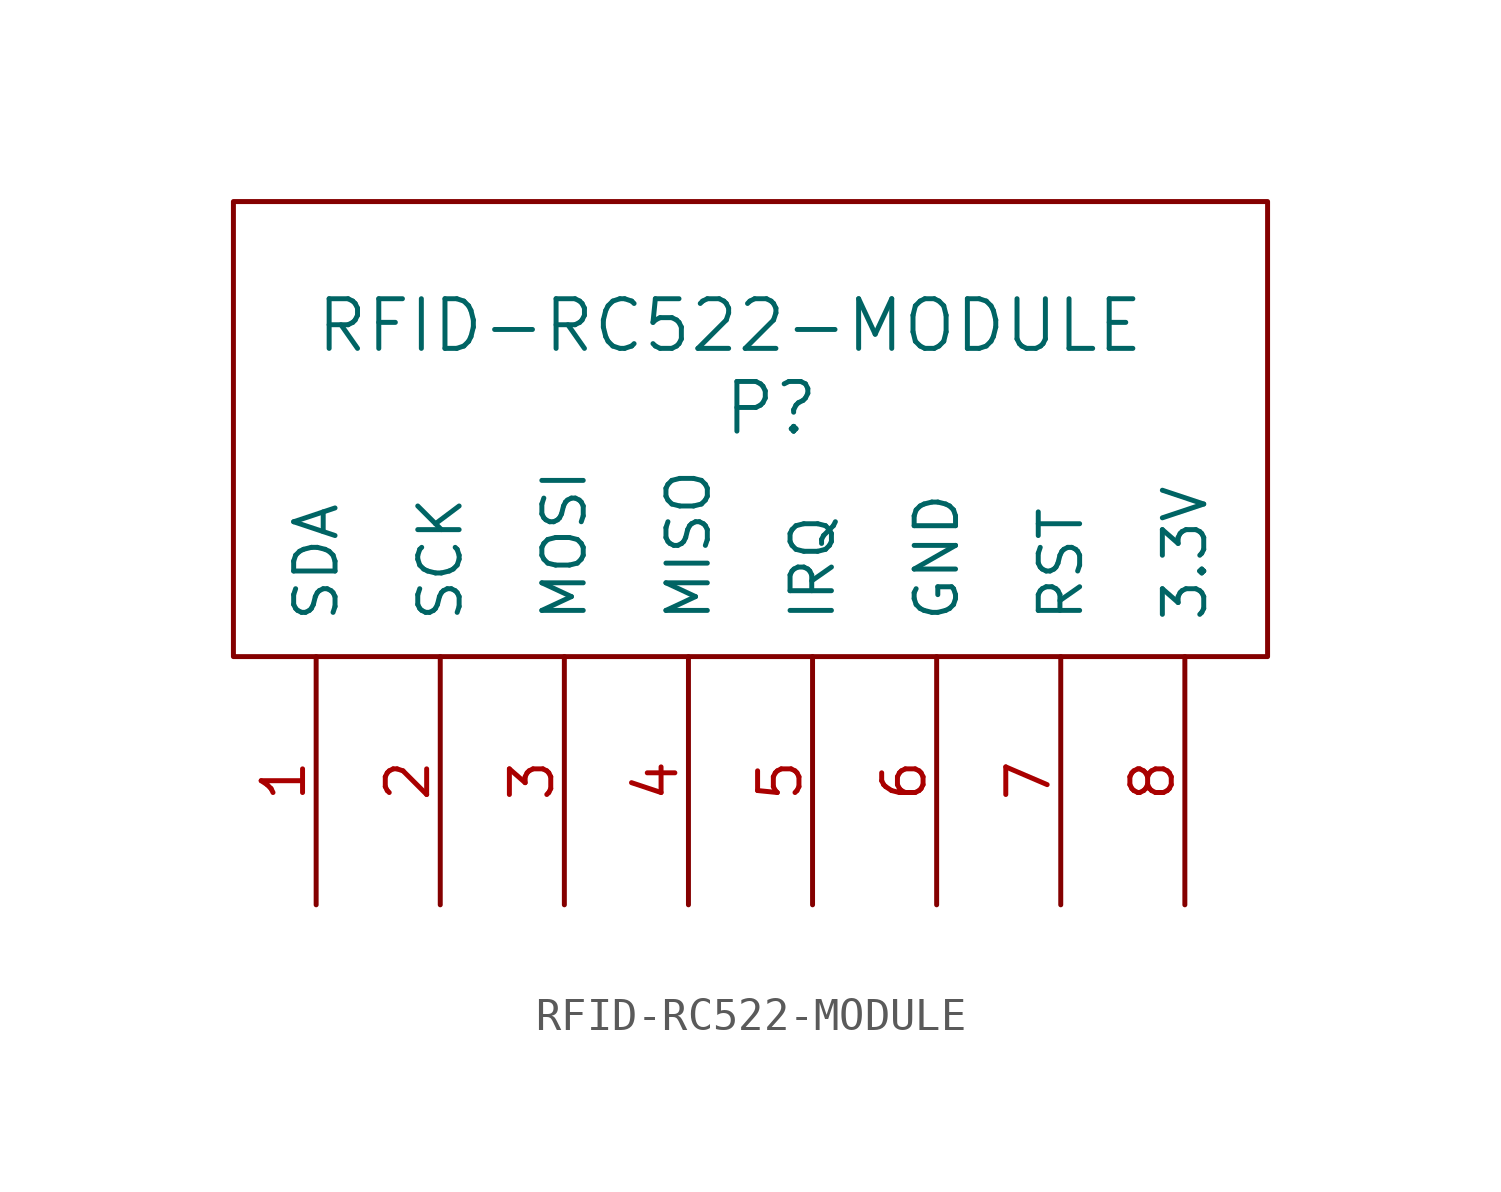
<source format=kicad_sym>
(kicad_symbol_lib
  (version 20241209)
  (generator "kicad_symbol_editor")
  (generator_version "9.0")
  (symbol "RFID-RC522-MODULE"
    (pin_names
      (offset 1.016))
    (property "Reference" "P"
      (at 0 1.27 0)
      (effects (font (size 1.524 1.524))))
    (property "Value" "RFID-RC522-MODULE"
      (at -1.27 3.81 0)
      (effects (font (size 1.524 1.524))))
    (property "Footprint" ""
      (at 0 0 0)
      (effects (font (size 1.524 1.524))))
    (property "Datasheet" ""
      (at 0 0 0)
      (effects (font (size 1.524 1.524))))
    (symbol "RFID-RC522-MODULE_0_1"
      (rectangle (start -16.51 7.62) (end 15.24 -6.35) (stroke (width 0) (type solid)) (fill (type none))))
    (symbol "RFID-RC522-MODULE_1_1"
      (pin input line (at -13.97 -13.97 90) (length 7.62) (name "SDA" (effects (font (size 1.27 1.27)))) (number "1" (effects (font (size 1.27 1.27)))))
      (pin input line (at -10.16 -13.97 90) (length 7.62) (name "SCK" (effects (font (size 1.27 1.27)))) (number "2" (effects (font (size 1.27 1.27)))))
      (pin input line (at -6.35 -13.97 90) (length 7.62) (name "MOSI" (effects (font (size 1.27 1.27)))) (number "3" (effects (font (size 1.27 1.27)))))
      (pin input line (at -2.54 -13.97 90) (length 7.62) (name "MISO" (effects (font (size 1.27 1.27)))) (number "4" (effects (font (size 1.27 1.27)))))
      (pin input line (at 1.27 -13.97 90) (length 7.62) (name "IRQ" (effects (font (size 1.27 1.27)))) (number "5" (effects (font (size 1.27 1.27)))))
      (pin input line (at 5.08 -13.97 90) (length 7.62) (name "GND" (effects (font (size 1.27 1.27)))) (number "6" (effects (font (size 1.27 1.27)))))
      (pin input line (at 8.89 -13.97 90) (length 7.62) (name "RST" (effects (font (size 1.27 1.27)))) (number "7" (effects (font (size 1.27 1.27)))))
      (pin input line (at 12.7 -13.97 90) (length 7.62) (name "3.3V" (effects (font (size 1.27 1.27)))) (number "8" (effects (font (size 1.27 1.27))))))))
</source>
